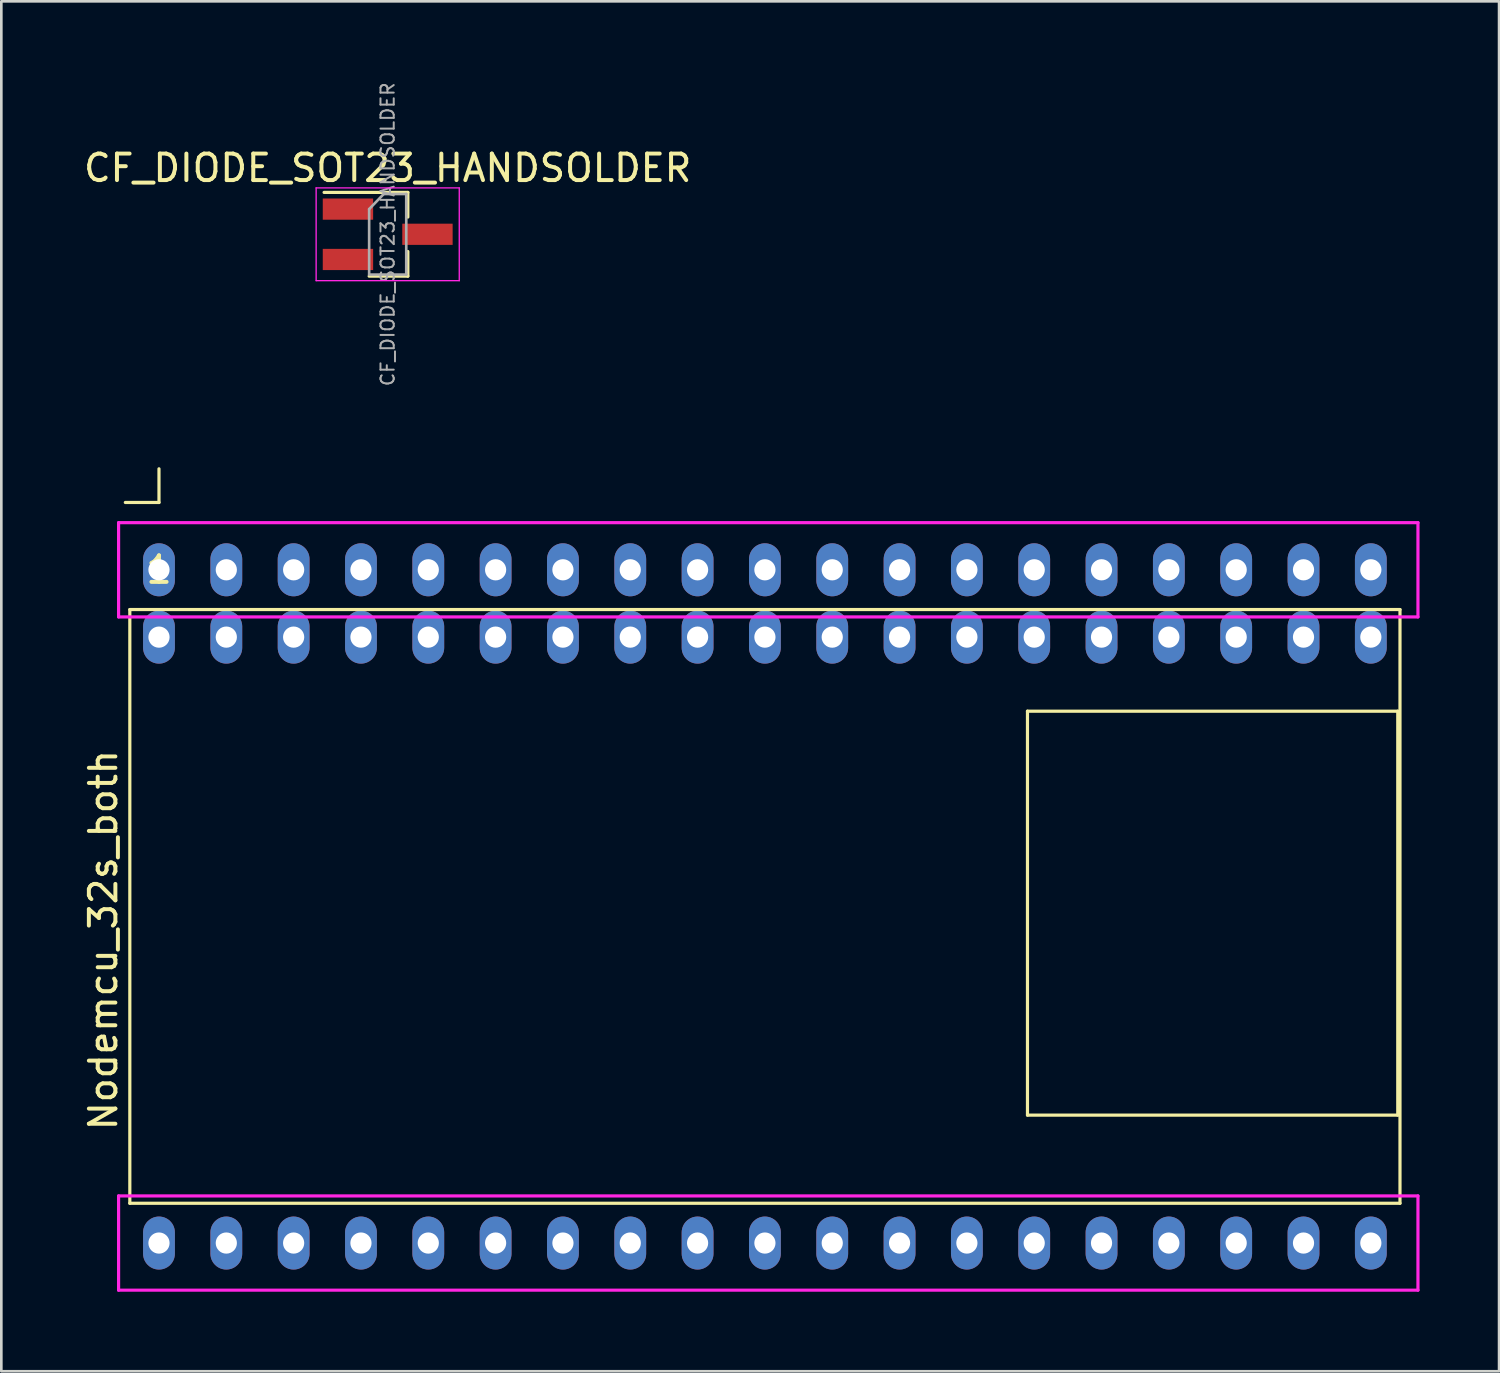
<source format=kicad_pcb>
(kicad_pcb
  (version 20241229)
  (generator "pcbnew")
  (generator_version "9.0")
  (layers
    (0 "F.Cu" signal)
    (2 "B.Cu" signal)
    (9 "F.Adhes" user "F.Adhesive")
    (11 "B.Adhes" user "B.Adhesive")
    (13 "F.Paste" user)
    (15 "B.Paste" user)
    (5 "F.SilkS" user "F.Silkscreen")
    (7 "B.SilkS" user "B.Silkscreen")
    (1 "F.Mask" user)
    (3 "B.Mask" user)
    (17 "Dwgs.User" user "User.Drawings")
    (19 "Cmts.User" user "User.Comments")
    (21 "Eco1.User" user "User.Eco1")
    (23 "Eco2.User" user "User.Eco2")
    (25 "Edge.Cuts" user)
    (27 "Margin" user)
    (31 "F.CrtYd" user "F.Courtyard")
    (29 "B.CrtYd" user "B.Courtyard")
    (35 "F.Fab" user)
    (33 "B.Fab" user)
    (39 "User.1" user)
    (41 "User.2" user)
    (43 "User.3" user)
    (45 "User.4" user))
  (footprint "Nodemcu_32s_both"
    (layer "F.Cu")
    (at 25.808 32.417)
    (property "Reference" "Nodemcu_32s_both" (at -24.96 0 90) (layer "F.SilkS") (effects (font (size 1 1) (thickness 0.15))))
    (attr through_hole)
    (fp_line (start -24.13 -16.51) (end -22.86 -16.51) (stroke (width 0.12) (type solid)) (layer "F.SilkS"))
    (fp_line (start -23.96 9.93) (end -23.96 -12.47) (stroke (width 0.12) (type solid)) (layer "F.SilkS"))
    (fp_line (start -23.96 9.93) (end 23.96 9.93) (stroke (width 0.12) (type solid)) (layer "F.SilkS"))
    (fp_line (start -22.86 -16.51) (end -22.86 -17.78) (stroke (width 0.12) (type solid)) (layer "F.SilkS"))
    (fp_line (start 9.906 -8.636) (end 9.906 6.604) (stroke (width 0.12) (type solid)) (layer "F.SilkS"))
    (fp_line (start 9.906 6.604) (end 23.876 6.604) (stroke (width 0.12) (type solid)) (layer "F.SilkS"))
    (fp_line (start 23.876 -8.636) (end 9.906 -8.636) (stroke (width 0.12) (type solid)) (layer "F.SilkS"))
    (fp_line (start 23.876 6.604) (end 23.876 -8.636) (stroke (width 0.12) (type solid)) (layer "F.SilkS"))
    (fp_line (start 23.96 -12.47) (end -23.96 -12.47) (stroke (width 0.12) (type solid)) (layer "F.SilkS"))
    (fp_line (start 23.96 -12.47) (end 23.96 9.93) (stroke (width 0.12) (type solid)) (layer "F.SilkS"))
    (fp_line (start -24.384 -15.748) (end 24.638 -15.748) (stroke (width 0.12) (type solid)) (layer "F.CrtYd"))
    (fp_line (start -24.384 -12.192) (end -24.384 -15.748) (stroke (width 0.12) (type solid)) (layer "F.CrtYd"))
    (fp_line (start -24.384 9.652) (end 24.638 9.652) (stroke (width 0.12) (type solid)) (layer "F.CrtYd"))
    (fp_line (start -24.384 13.208) (end -24.384 9.652) (stroke (width 0.12) (type solid)) (layer "F.CrtYd"))
    (fp_line (start 24.638 -15.748) (end 24.638 -12.192) (stroke (width 0.12) (type solid)) (layer "F.CrtYd"))
    (fp_line (start 24.638 -12.192) (end -24.384 -12.192) (stroke (width 0.12) (type solid)) (layer "F.CrtYd"))
    (fp_line (start 24.638 9.652) (end 24.638 13.208) (stroke (width 0.12) (type solid)) (layer "F.CrtYd"))
    (fp_line (start 24.638 13.208) (end -24.384 13.208) (stroke (width 0.12) (type solid)) (layer "F.CrtYd"))
    (fp_text user "1" (at -22.86 -13.97 180) (layer "F.SilkS") (effects (font (size 1 1) (thickness 0.15))))
    (pad "1" thru_hole oval (at -22.86 -13.97) (size 1.2 2) (drill 0.8) (layers "*.Cu" "*.Mask"))
    (pad "1" thru_hole oval (at -22.86 -11.43) (size 1.2 2) (drill 0.8) (layers "*.Cu" "*.Mask"))
    (pad "2" thru_hole oval (at -20.32 -13.97) (size 1.2 2) (drill 0.8) (layers "*.Cu" "*.Mask"))
    (pad "2" thru_hole oval (at -20.32 -11.43) (size 1.2 2) (drill 0.8) (layers "*.Cu" "*.Mask"))
    (pad "3" thru_hole oval (at -17.78 -13.97) (size 1.2 2) (drill 0.8) (layers "*.Cu" "*.Mask"))
    (pad "3" thru_hole oval (at -17.78 -11.43) (size 1.2 2) (drill 0.8) (layers "*.Cu" "*.Mask"))
    (pad "4" thru_hole oval (at -15.24 -13.97) (size 1.2 2) (drill 0.8) (layers "*.Cu" "*.Mask"))
    (pad "4" thru_hole oval (at -15.24 -11.43) (size 1.2 2) (drill 0.8) (layers "*.Cu" "*.Mask"))
    (pad "5" thru_hole oval (at -12.7 -13.97) (size 1.2 2) (drill 0.8) (layers "*.Cu" "*.Mask"))
    (pad "5" thru_hole oval (at -12.7 -11.43) (size 1.2 2) (drill 0.8) (layers "*.Cu" "*.Mask"))
    (pad "6" thru_hole oval (at -10.16 -13.97) (size 1.2 2) (drill 0.8) (layers "*.Cu" "*.Mask"))
    (pad "6" thru_hole oval (at -10.16 -11.43) (size 1.2 2) (drill 0.8) (layers "*.Cu" "*.Mask"))
    (pad "7" thru_hole oval (at -7.62 -13.97) (size 1.2 2) (drill 0.8) (layers "*.Cu" "*.Mask"))
    (pad "7" thru_hole oval (at -7.62 -11.43) (size 1.2 2) (drill 0.8) (layers "*.Cu" "*.Mask"))
    (pad "8" thru_hole oval (at -5.08 -13.97) (size 1.2 2) (drill 0.8) (layers "*.Cu" "*.Mask"))
    (pad "8" thru_hole oval (at -5.08 -11.43) (size 1.2 2) (drill 0.8) (layers "*.Cu" "*.Mask"))
    (pad "9" thru_hole oval (at -2.54 -13.97) (size 1.2 2) (drill 0.8) (layers "*.Cu" "*.Mask"))
    (pad "9" thru_hole oval (at -2.54 -11.43) (size 1.2 2) (drill 0.8) (layers "*.Cu" "*.Mask"))
    (pad "10" thru_hole oval (at 0 -13.97) (size 1.2 2) (drill 0.8) (layers "*.Cu" "*.Mask"))
    (pad "10" thru_hole oval (at 0 -11.43) (size 1.2 2) (drill 0.8) (layers "*.Cu" "*.Mask"))
    (pad "11" thru_hole oval (at 2.54 -13.97) (size 1.2 2) (drill 0.8) (layers "*.Cu" "*.Mask"))
    (pad "11" thru_hole oval (at 2.54 -11.43) (size 1.2 2) (drill 0.8) (layers "*.Cu" "*.Mask"))
    (pad "12" thru_hole oval (at 5.08 -13.97) (size 1.2 2) (drill 0.8) (layers "*.Cu" "*.Mask"))
    (pad "12" thru_hole oval (at 5.08 -11.43) (size 1.2 2) (drill 0.8) (layers "*.Cu" "*.Mask"))
    (pad "13" thru_hole oval (at 7.62 -13.97) (size 1.2 2) (drill 0.8) (layers "*.Cu" "*.Mask"))
    (pad "13" thru_hole oval (at 7.62 -11.43) (size 1.2 2) (drill 0.8) (layers "*.Cu" "*.Mask"))
    (pad "14" thru_hole oval (at 10.16 -13.97) (size 1.2 2) (drill 0.8) (layers "*.Cu" "*.Mask"))
    (pad "14" thru_hole oval (at 10.16 -11.43) (size 1.2 2) (drill 0.8) (layers "*.Cu" "*.Mask"))
    (pad "15" thru_hole oval (at 12.7 -13.97) (size 1.2 2) (drill 0.8) (layers "*.Cu" "*.Mask"))
    (pad "15" thru_hole oval (at 12.7 -11.43) (size 1.2 2) (drill 0.8) (layers "*.Cu" "*.Mask"))
    (pad "16" thru_hole oval (at 15.24 -13.97) (size 1.2 2) (drill 0.8) (layers "*.Cu" "*.Mask"))
    (pad "16" thru_hole oval (at 15.24 -11.43) (size 1.2 2) (drill 0.8) (layers "*.Cu" "*.Mask"))
    (pad "17" thru_hole oval (at 17.78 -13.97) (size 1.2 2) (drill 0.8) (layers "*.Cu" "*.Mask"))
    (pad "17" thru_hole oval (at 17.78 -11.43) (size 1.2 2) (drill 0.8) (layers "*.Cu" "*.Mask"))
    (pad "18" thru_hole oval (at 20.32 -13.97) (size 1.2 2) (drill 0.8) (layers "*.Cu" "*.Mask"))
    (pad "18" thru_hole oval (at 20.32 -11.43) (size 1.2 2) (drill 0.8) (layers "*.Cu" "*.Mask"))
    (pad "19" thru_hole oval (at 22.86 -13.97) (size 1.2 2) (drill 0.8) (layers "*.Cu" "*.Mask"))
    (pad "19" thru_hole oval (at 22.86 -11.43) (size 1.2 2) (drill 0.8) (layers "*.Cu" "*.Mask"))
    (pad "20" thru_hole oval (at 22.86 11.43) (size 1.2 2) (drill 0.8) (layers "*.Cu" "*.Mask"))
    (pad "21" thru_hole oval (at 20.32 11.43) (size 1.2 2) (drill 0.8) (layers "*.Cu" "*.Mask"))
    (pad "22" thru_hole oval (at 17.78 11.43) (size 1.2 2) (drill 0.8) (layers "*.Cu" "*.Mask"))
    (pad "23" thru_hole oval (at 15.24 11.43) (size 1.2 2) (drill 0.8) (layers "*.Cu" "*.Mask"))
    (pad "24" thru_hole oval (at 12.7 11.43) (size 1.2 2) (drill 0.8) (layers "*.Cu" "*.Mask"))
    (pad "25" thru_hole oval (at 10.16 11.43) (size 1.2 2) (drill 0.8) (layers "*.Cu" "*.Mask"))
    (pad "26" thru_hole oval (at 7.62 11.43) (size 1.2 2) (drill 0.8) (layers "*.Cu" "*.Mask"))
    (pad "27" thru_hole oval (at 5.08 11.43) (size 1.2 2) (drill 0.8) (layers "*.Cu" "*.Mask"))
    (pad "28" thru_hole oval (at 2.54 11.43) (size 1.2 2) (drill 0.8) (layers "*.Cu" "*.Mask"))
    (pad "29" thru_hole oval (at 0 11.43) (size 1.2 2) (drill 0.8) (layers "*.Cu" "*.Mask"))
    (pad "30" thru_hole oval (at -2.54 11.43) (size 1.2 2) (drill 0.8) (layers "*.Cu" "*.Mask"))
    (pad "31" thru_hole oval (at -5.08 11.43) (size 1.2 2) (drill 0.8) (layers "*.Cu" "*.Mask"))
    (pad "32" thru_hole oval (at -7.62 11.43) (size 1.2 2) (drill 0.8) (layers "*.Cu" "*.Mask"))
    (pad "33" thru_hole oval (at -10.16 11.43) (size 1.2 2) (drill 0.8) (layers "*.Cu" "*.Mask"))
    (pad "34" thru_hole oval (at -12.7 11.43) (size 1.2 2) (drill 0.8) (layers "*.Cu" "*.Mask"))
    (pad "35" thru_hole oval (at -15.24 11.43) (size 1.2 2) (drill 0.8) (layers "*.Cu" "*.Mask"))
    (pad "36" thru_hole oval (at -17.78 11.43) (size 1.2 2) (drill 0.8) (layers "*.Cu" "*.Mask"))
    (pad "37" thru_hole oval (at -20.32 11.43) (size 1.2 2) (drill 0.8) (layers "*.Cu" "*.Mask"))
    (pad "38" thru_hole oval (at -22.86 11.43) (size 1.2 2) (drill 0.8) (layers "*.Cu" "*.Mask")))
  (footprint "CF_DIODE_SOT23_HANDSOLDER"
    (layer "F.Cu")
    (at 11.577 5.789)
    (property "Reference" "CF_DIODE_SOT23_HANDSOLDER" (at 0 -2.5 0) (layer "F.SilkS") (effects (font (size 1 1) (thickness 0.15))))
    (attr smd)
    (fp_line (start 0.76 -1.58) (end -2.4 -1.58) (stroke (width 0.12) (type solid)) (layer "F.SilkS"))
    (fp_line (start 0.76 -1.58) (end 0.76 -0.65) (stroke (width 0.12) (type solid)) (layer "F.SilkS"))
    (fp_line (start 0.76 1.58) (end -0.7 1.58) (stroke (width 0.12) (type solid)) (layer "F.SilkS"))
    (fp_line (start 0.76 1.58) (end 0.76 0.65) (stroke (width 0.12) (type solid)) (layer "F.SilkS"))
    (fp_line (start -2.7 -1.75) (end 2.7 -1.75) (stroke (width 0.05) (type solid)) (layer "F.CrtYd"))
    (fp_line (start -2.7 1.75) (end -2.7 -1.75) (stroke (width 0.05) (type solid)) (layer "F.CrtYd"))
    (fp_line (start 2.7 -1.75) (end 2.7 1.75) (stroke (width 0.05) (type solid)) (layer "F.CrtYd"))
    (fp_line (start 2.7 1.75) (end -2.7 1.75) (stroke (width 0.05) (type solid)) (layer "F.CrtYd"))
    (fp_line (start -0.7 -0.95) (end -0.7 1.5) (stroke (width 0.1) (type solid)) (layer "F.Fab"))
    (fp_line (start -0.7 -0.95) (end -0.15 -1.52) (stroke (width 0.1) (type solid)) (layer "F.Fab"))
    (fp_line (start -0.7 1.52) (end 0.7 1.52) (stroke (width 0.1) (type solid)) (layer "F.Fab"))
    (fp_line (start -0.15 -1.52) (end 0.7 -1.52) (stroke (width 0.1) (type solid)) (layer "F.Fab"))
    (fp_line (start 0.7 -1.52) (end 0.7 1.52) (stroke (width 0.1) (type solid)) (layer "F.Fab"))
    (fp_text user "${REFERENCE}" (at 0 0 90) (layer "F.Fab") (effects (font (size 0.5 0.5) (thickness 0.075))))
    (pad "" smd rect (at -1.5 0.95) (size 1.9 0.8) (layers "F.Cu" "F.Mask" "F.Paste"))
    (pad "1" smd rect (at -1.5 -0.95) (size 1.9 0.8) (layers "F.Cu" "F.Mask" "F.Paste"))
    (pad "2" smd rect (at 1.5 0) (size 1.9 0.8) (layers "F.Cu" "F.Mask" "F.Paste")))
  (gr_rect
    (start -3 -3)
    (end 53.506 48.685)
    (stroke (width 0.1) (type default))
    (fill no)
    (layer "Edge.Cuts")))
</source>
